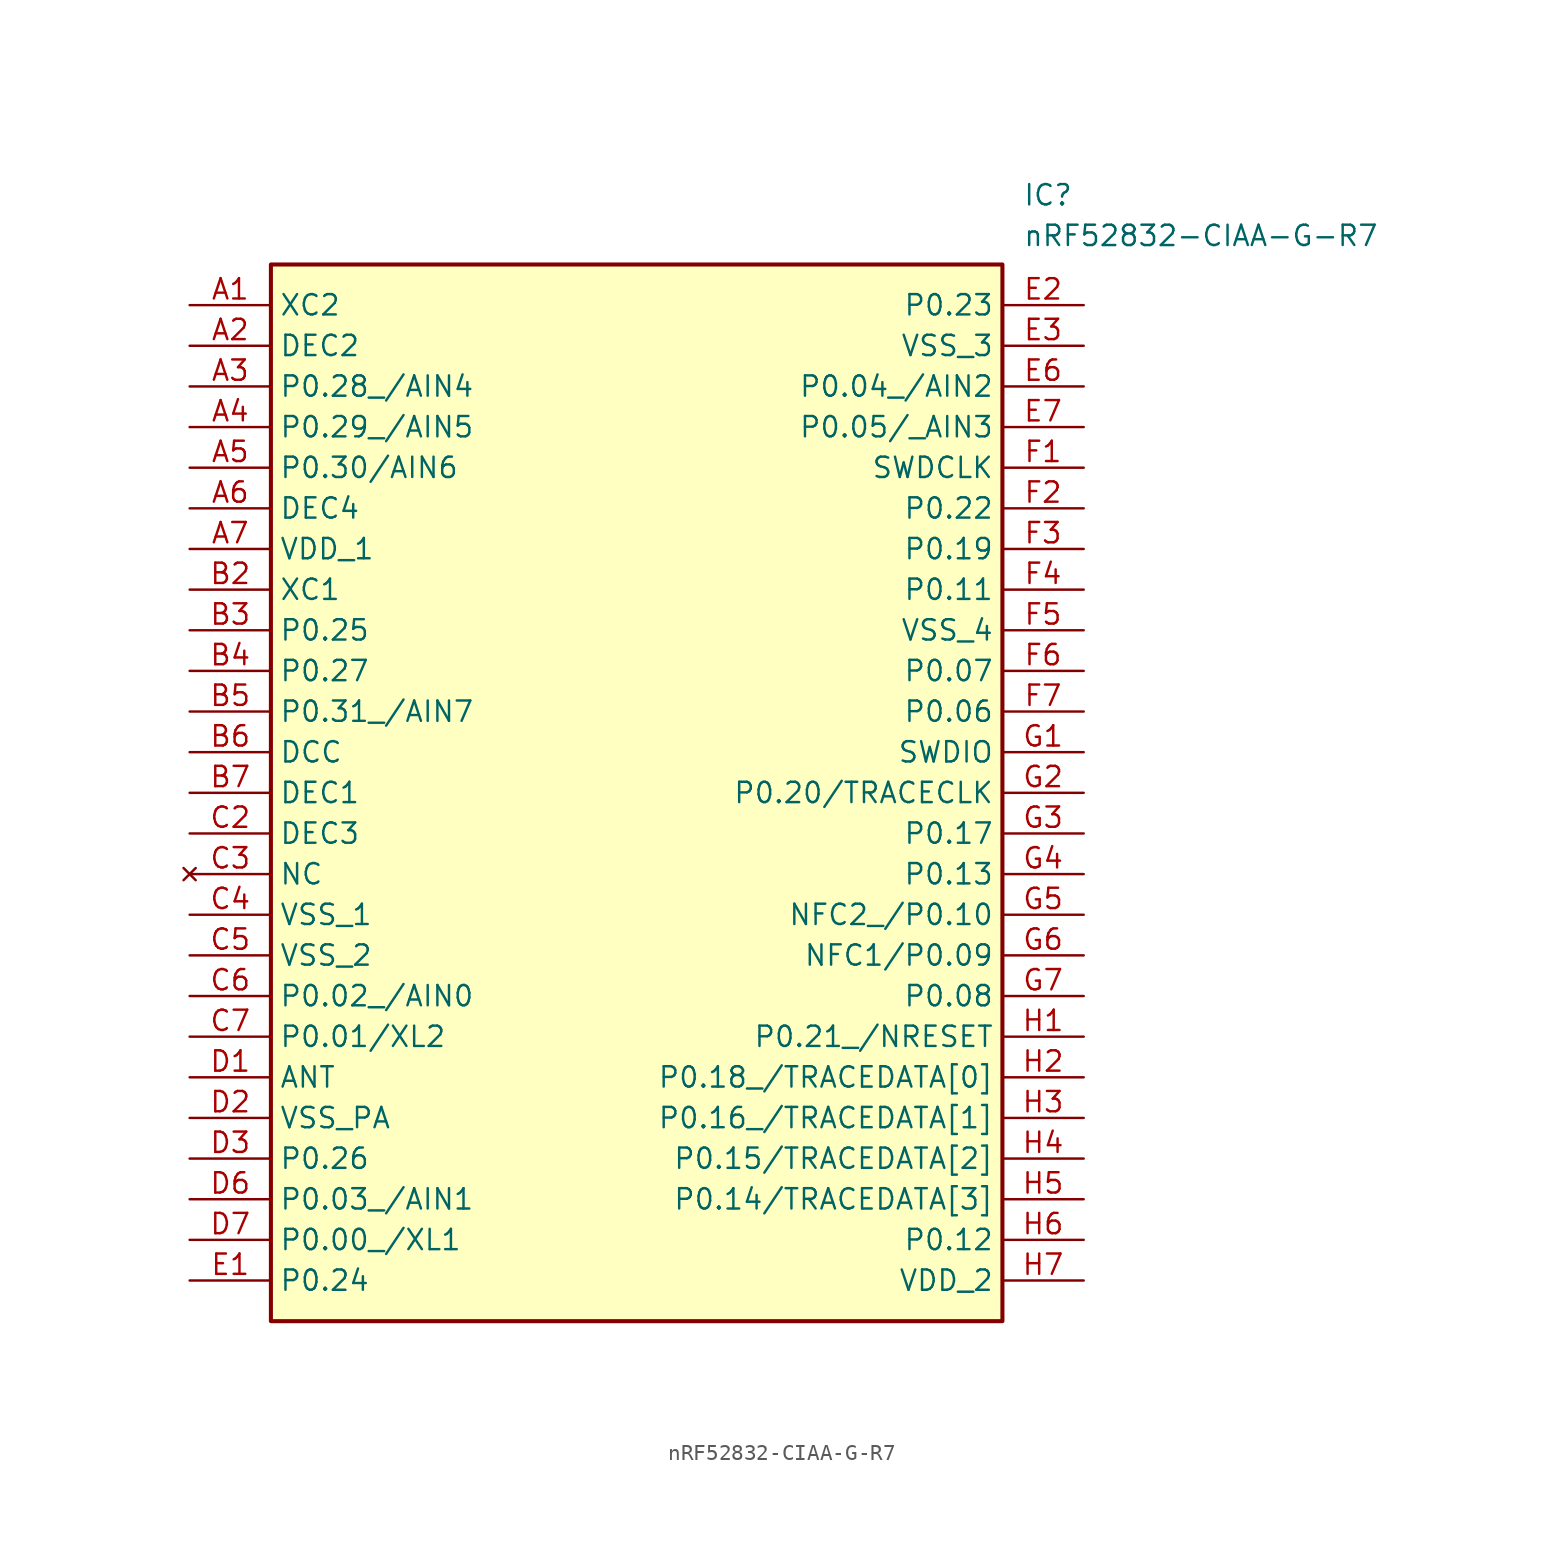
<source format=kicad_sym>
(kicad_symbol_lib
  (version 20211014)
  (generator SamacSys_ECAD_Model)
  (symbol "nRF52832-CIAA-G-R7"
    (property "Reference" "IC"
      (at 52.07 7.62 0)
      (effects (font (size 1.27 1.27)) (justify left top)))
    (property "Value" "nRF52832-CIAA-G-R7"
      (at 52.07 5.08 0)
      (effects (font (size 1.27 1.27)) (justify left top)))
    (rectangle
      (start 5.08 2.54)
      (end 50.8 -63.5)
      (stroke (width 0.254) (type default))
      (fill (type background)))
    (pin passive line
      (at 0 0 0)
      (length 5.08)
      (name "XC2" (effects (font (size 1.27 1.27))))
      (number "A1" (effects (font (size 1.27 1.27)))))
    (pin passive line
      (at 0 -2.54 0)
      (length 5.08)
      (name "DEC2" (effects (font (size 1.27 1.27))))
      (number "A2" (effects (font (size 1.27 1.27)))))
    (pin passive line
      (at 0 -5.08 0)
      (length 5.08)
      (name "P0.28_/AIN4" (effects (font (size 1.27 1.27))))
      (number "A3" (effects (font (size 1.27 1.27)))))
    (pin passive line
      (at 0 -7.62 0)
      (length 5.08)
      (name "P0.29_/AIN5" (effects (font (size 1.27 1.27))))
      (number "A4" (effects (font (size 1.27 1.27)))))
    (pin passive line
      (at 0 -10.16 0)
      (length 5.08)
      (name "P0.30/AIN6" (effects (font (size 1.27 1.27))))
      (number "A5" (effects (font (size 1.27 1.27)))))
    (pin passive line
      (at 0 -12.7 0)
      (length 5.08)
      (name "DEC4" (effects (font (size 1.27 1.27))))
      (number "A6" (effects (font (size 1.27 1.27)))))
    (pin passive line
      (at 0 -15.24 0)
      (length 5.08)
      (name "VDD_1" (effects (font (size 1.27 1.27))))
      (number "A7" (effects (font (size 1.27 1.27)))))
    (pin passive line
      (at 0 -17.78 0)
      (length 5.08)
      (name "XC1" (effects (font (size 1.27 1.27))))
      (number "B2" (effects (font (size 1.27 1.27)))))
    (pin passive line
      (at 0 -20.32 0)
      (length 5.08)
      (name "P0.25" (effects (font (size 1.27 1.27))))
      (number "B3" (effects (font (size 1.27 1.27)))))
    (pin passive line
      (at 0 -22.86 0)
      (length 5.08)
      (name "P0.27" (effects (font (size 1.27 1.27))))
      (number "B4" (effects (font (size 1.27 1.27)))))
    (pin passive line
      (at 0 -25.4 0)
      (length 5.08)
      (name "P0.31_/AIN7" (effects (font (size 1.27 1.27))))
      (number "B5" (effects (font (size 1.27 1.27)))))
    (pin passive line
      (at 0 -27.94 0)
      (length 5.08)
      (name "DCC" (effects (font (size 1.27 1.27))))
      (number "B6" (effects (font (size 1.27 1.27)))))
    (pin passive line
      (at 0 -30.48 0)
      (length 5.08)
      (name "DEC1" (effects (font (size 1.27 1.27))))
      (number "B7" (effects (font (size 1.27 1.27)))))
    (pin passive line
      (at 0 -33.02 0)
      (length 5.08)
      (name "DEC3" (effects (font (size 1.27 1.27))))
      (number "C2" (effects (font (size 1.27 1.27)))))
    (pin no_connect line
      (at 0 -35.56 0)
      (length 5.08)
      (name "NC" (effects (font (size 1.27 1.27))))
      (number "C3" (effects (font (size 1.27 1.27)))))
    (pin passive line
      (at 0 -38.1 0)
      (length 5.08)
      (name "VSS_1" (effects (font (size 1.27 1.27))))
      (number "C4" (effects (font (size 1.27 1.27)))))
    (pin passive line
      (at 0 -40.64 0)
      (length 5.08)
      (name "VSS_2" (effects (font (size 1.27 1.27))))
      (number "C5" (effects (font (size 1.27 1.27)))))
    (pin passive line
      (at 0 -43.18 0)
      (length 5.08)
      (name "P0.02_/AIN0" (effects (font (size 1.27 1.27))))
      (number "C6" (effects (font (size 1.27 1.27)))))
    (pin passive line
      (at 0 -45.72 0)
      (length 5.08)
      (name "P0.01/XL2" (effects (font (size 1.27 1.27))))
      (number "C7" (effects (font (size 1.27 1.27)))))
    (pin passive line
      (at 0 -48.26 0)
      (length 5.08)
      (name "ANT" (effects (font (size 1.27 1.27))))
      (number "D1" (effects (font (size 1.27 1.27)))))
    (pin passive line
      (at 0 -50.8 0)
      (length 5.08)
      (name "VSS_PA" (effects (font (size 1.27 1.27))))
      (number "D2" (effects (font (size 1.27 1.27)))))
    (pin passive line
      (at 0 -53.34 0)
      (length 5.08)
      (name "P0.26" (effects (font (size 1.27 1.27))))
      (number "D3" (effects (font (size 1.27 1.27)))))
    (pin passive line
      (at 0 -55.88 0)
      (length 5.08)
      (name "P0.03_/AIN1" (effects (font (size 1.27 1.27))))
      (number "D6" (effects (font (size 1.27 1.27)))))
    (pin passive line
      (at 0 -58.42 0)
      (length 5.08)
      (name "P0.00_/XL1" (effects (font (size 1.27 1.27))))
      (number "D7" (effects (font (size 1.27 1.27)))))
    (pin passive line
      (at 0 -60.96 0)
      (length 5.08)
      (name "P0.24" (effects (font (size 1.27 1.27))))
      (number "E1" (effects (font (size 1.27 1.27)))))
    (pin passive line
      (at 55.88 0 180)
      (length 5.08)
      (name "P0.23" (effects (font (size 1.27 1.27))))
      (number "E2" (effects (font (size 1.27 1.27)))))
    (pin passive line
      (at 55.88 -2.54 180)
      (length 5.08)
      (name "VSS_3" (effects (font (size 1.27 1.27))))
      (number "E3" (effects (font (size 1.27 1.27)))))
    (pin passive line
      (at 55.88 -5.08 180)
      (length 5.08)
      (name "P0.04_/AIN2" (effects (font (size 1.27 1.27))))
      (number "E6" (effects (font (size 1.27 1.27)))))
    (pin passive line
      (at 55.88 -7.62 180)
      (length 5.08)
      (name "P0.05/_AIN3" (effects (font (size 1.27 1.27))))
      (number "E7" (effects (font (size 1.27 1.27)))))
    (pin passive line
      (at 55.88 -10.16 180)
      (length 5.08)
      (name "SWDCLK" (effects (font (size 1.27 1.27))))
      (number "F1" (effects (font (size 1.27 1.27)))))
    (pin passive line
      (at 55.88 -12.7 180)
      (length 5.08)
      (name "P0.22" (effects (font (size 1.27 1.27))))
      (number "F2" (effects (font (size 1.27 1.27)))))
    (pin passive line
      (at 55.88 -15.24 180)
      (length 5.08)
      (name "P0.19" (effects (font (size 1.27 1.27))))
      (number "F3" (effects (font (size 1.27 1.27)))))
    (pin passive line
      (at 55.88 -17.78 180)
      (length 5.08)
      (name "P0.11" (effects (font (size 1.27 1.27))))
      (number "F4" (effects (font (size 1.27 1.27)))))
    (pin passive line
      (at 55.88 -20.32 180)
      (length 5.08)
      (name "VSS_4" (effects (font (size 1.27 1.27))))
      (number "F5" (effects (font (size 1.27 1.27)))))
    (pin passive line
      (at 55.88 -22.86 180)
      (length 5.08)
      (name "P0.07" (effects (font (size 1.27 1.27))))
      (number "F6" (effects (font (size 1.27 1.27)))))
    (pin passive line
      (at 55.88 -25.4 180)
      (length 5.08)
      (name "P0.06" (effects (font (size 1.27 1.27))))
      (number "F7" (effects (font (size 1.27 1.27)))))
    (pin passive line
      (at 55.88 -27.94 180)
      (length 5.08)
      (name "SWDIO" (effects (font (size 1.27 1.27))))
      (number "G1" (effects (font (size 1.27 1.27)))))
    (pin passive line
      (at 55.88 -30.48 180)
      (length 5.08)
      (name "P0.20/TRACECLK" (effects (font (size 1.27 1.27))))
      (number "G2" (effects (font (size 1.27 1.27)))))
    (pin passive line
      (at 55.88 -33.02 180)
      (length 5.08)
      (name "P0.17" (effects (font (size 1.27 1.27))))
      (number "G3" (effects (font (size 1.27 1.27)))))
    (pin passive line
      (at 55.88 -35.56 180)
      (length 5.08)
      (name "P0.13" (effects (font (size 1.27 1.27))))
      (number "G4" (effects (font (size 1.27 1.27)))))
    (pin passive line
      (at 55.88 -38.1 180)
      (length 5.08)
      (name "NFC2_/P0.10" (effects (font (size 1.27 1.27))))
      (number "G5" (effects (font (size 1.27 1.27)))))
    (pin passive line
      (at 55.88 -40.64 180)
      (length 5.08)
      (name "NFC1/P0.09" (effects (font (size 1.27 1.27))))
      (number "G6" (effects (font (size 1.27 1.27)))))
    (pin passive line
      (at 55.88 -43.18 180)
      (length 5.08)
      (name "P0.08" (effects (font (size 1.27 1.27))))
      (number "G7" (effects (font (size 1.27 1.27)))))
    (pin passive line
      (at 55.88 -45.72 180)
      (length 5.08)
      (name "P0.21_/NRESET" (effects (font (size 1.27 1.27))))
      (number "H1" (effects (font (size 1.27 1.27)))))
    (pin passive line
      (at 55.88 -48.26 180)
      (length 5.08)
      (name "P0.18_/TRACEDATA[0]" (effects (font (size 1.27 1.27))))
      (number "H2" (effects (font (size 1.27 1.27)))))
    (pin passive line
      (at 55.88 -50.8 180)
      (length 5.08)
      (name "P0.16_/TRACEDATA[1]" (effects (font (size 1.27 1.27))))
      (number "H3" (effects (font (size 1.27 1.27)))))
    (pin passive line
      (at 55.88 -53.34 180)
      (length 5.08)
      (name "P0.15/TRACEDATA[2]" (effects (font (size 1.27 1.27))))
      (number "H4" (effects (font (size 1.27 1.27)))))
    (pin passive line
      (at 55.88 -55.88 180)
      (length 5.08)
      (name "P0.14/TRACEDATA[3]" (effects (font (size 1.27 1.27))))
      (number "H5" (effects (font (size 1.27 1.27)))))
    (pin passive line
      (at 55.88 -58.42 180)
      (length 5.08)
      (name "P0.12" (effects (font (size 1.27 1.27))))
      (number "H6" (effects (font (size 1.27 1.27)))))
    (pin passive line
      (at 55.88 -60.96 180)
      (length 5.08)
      (name "VDD_2" (effects (font (size 1.27 1.27))))
      (number "H7" (effects (font (size 1.27 1.27)))))))
</source>
